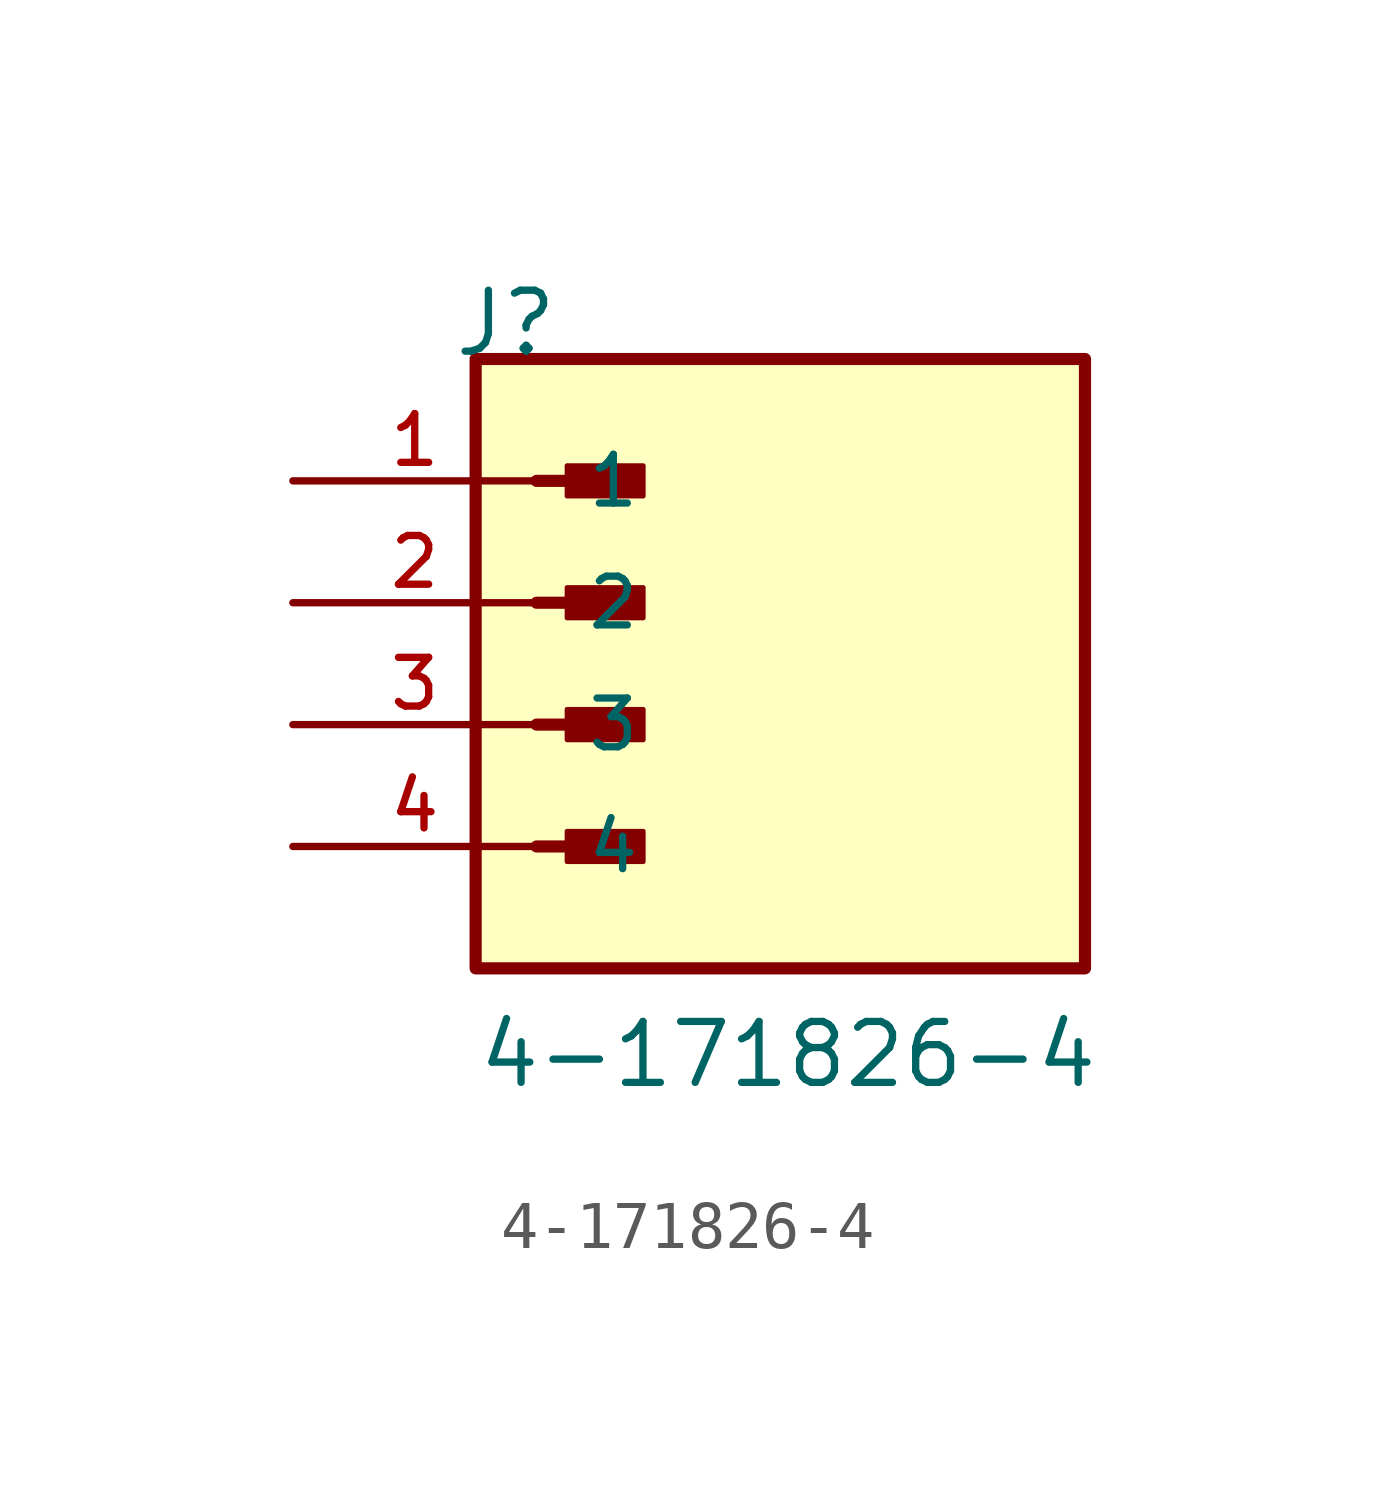
<source format=kicad_sym>
(kicad_symbol_lib
  (version 20231120)
  (generator "kicad_symbol_editor")
  (generator_version "8.0")
  (symbol "4-171826-4"
    (pin_names
      (offset 1.016))
    (property "Reference" "J"
      (at -6.85 7.62 0)
      (effects (font (size 1.27 1.27)) (justify left bottom)))
    (property "Value" "4-171826-4"
      (at -6.35 -7.62 0)
      (effects (font (size 1.27 1.27)) (justify left bottom)))
    (symbol "4-171826-4_0_0"
      (rectangle (start -6.35 -5.08) (end 6.35 7.62) (stroke (width 0.254) (type default)) (fill (type background)))
      (rectangle (start -4.445 -2.857) (end -2.857 -2.223) (stroke (width 0.1) (type default)) (fill (type outline)))
      (rectangle (start -4.445 -0.318) (end -2.857 0.318) (stroke (width 0.1) (type default)) (fill (type outline)))
      (rectangle (start -4.445 2.223) (end -2.857 2.857) (stroke (width 0.1) (type default)) (fill (type outline)))
      (rectangle (start -4.445 4.763) (end -2.857 5.397) (stroke (width 0.1) (type default)) (fill (type outline)))
      (polyline (pts (xy -5.08 -2.54) (xy -3.175 -2.54)) (stroke (width 0.254) (type default)) (fill (type none)))
      (polyline (pts (xy -5.08 0) (xy -3.175 0)) (stroke (width 0.254) (type default)) (fill (type none)))
      (polyline (pts (xy -5.08 2.54) (xy -3.175 2.54)) (stroke (width 0.254) (type default)) (fill (type none)))
      (polyline (pts (xy -5.08 5.08) (xy -3.175 5.08)) (stroke (width 0.254) (type default)) (fill (type none)))
      (pin passive line (at -10.16 5.08 0) (length 5.08) (name "1" (effects (font (size 1.016 1.016)))) (number "1" (effects (font (size 1.016 1.016)))))
      (pin passive line (at -10.16 2.54 0) (length 5.08) (name "2" (effects (font (size 1.016 1.016)))) (number "2" (effects (font (size 1.016 1.016)))))
      (pin passive line (at -10.16 0 0) (length 5.08) (name "3" (effects (font (size 1.016 1.016)))) (number "3" (effects (font (size 1.016 1.016)))))
      (pin passive line (at -10.16 -2.54 0) (length 5.08) (name "4" (effects (font (size 1.016 1.016)))) (number "4" (effects (font (size 1.016 1.016))))))))
</source>
